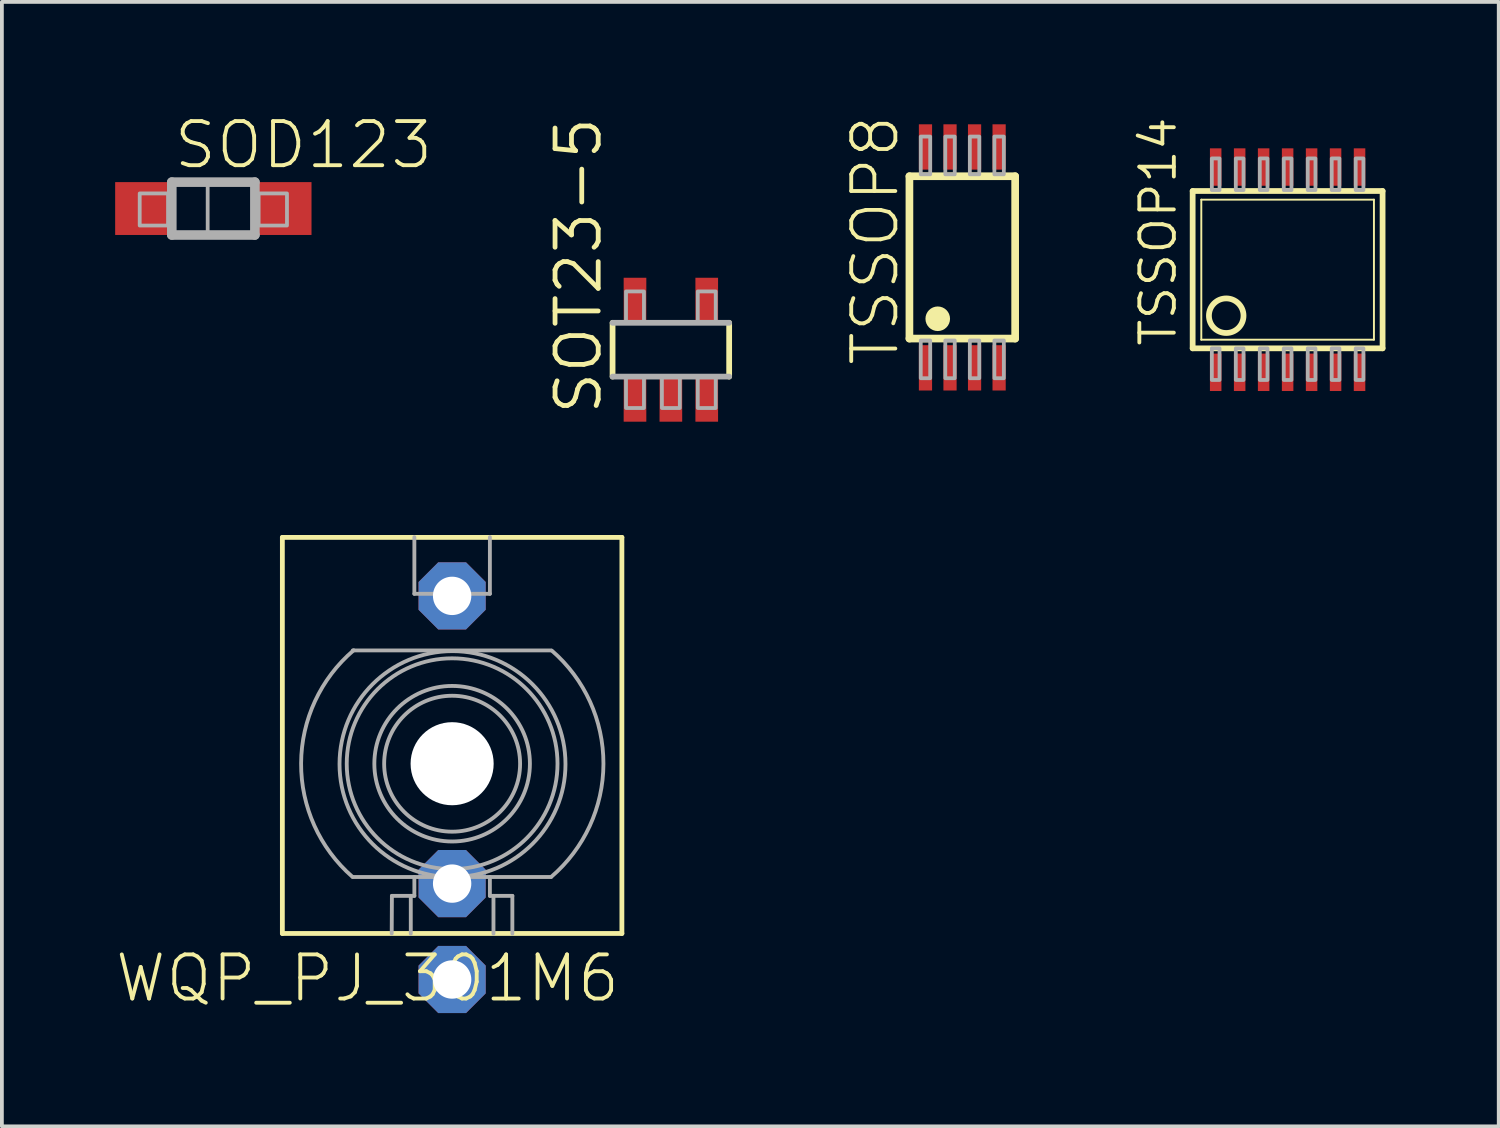
<source format=kicad_pcb>
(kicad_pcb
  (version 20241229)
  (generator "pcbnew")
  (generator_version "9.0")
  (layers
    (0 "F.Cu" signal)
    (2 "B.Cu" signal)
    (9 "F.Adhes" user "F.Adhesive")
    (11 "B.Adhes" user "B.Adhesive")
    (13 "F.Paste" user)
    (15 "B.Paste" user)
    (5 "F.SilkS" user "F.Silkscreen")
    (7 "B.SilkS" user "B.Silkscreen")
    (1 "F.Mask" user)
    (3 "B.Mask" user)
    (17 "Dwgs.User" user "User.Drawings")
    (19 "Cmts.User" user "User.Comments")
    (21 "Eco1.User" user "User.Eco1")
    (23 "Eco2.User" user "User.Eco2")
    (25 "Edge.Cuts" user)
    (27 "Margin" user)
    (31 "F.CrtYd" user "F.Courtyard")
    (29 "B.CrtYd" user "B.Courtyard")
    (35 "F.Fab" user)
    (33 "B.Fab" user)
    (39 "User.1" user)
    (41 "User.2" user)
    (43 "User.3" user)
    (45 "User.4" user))
  (footprint "TSSOP8"
    (layer "F.Cu")
    (at 22.435 3.767)
    (property "Reference" "TSSOP8" (at -1.625 2.925 90) (layer "F.SilkS") (effects (font (size 1.168 1.168) (thickness 0.102)) (justify left bottom)))
    (fp_line (start -1.4 -2.15) (end -1.4 2.15) (stroke (width 0.203) (type solid)) (layer "F.SilkS"))
    (fp_line (start -1.4 2.15) (end 1.4 2.15) (stroke (width 0.203) (type solid)) (layer "F.SilkS"))
    (fp_line (start 1.4 -2.15) (end -1.4 -2.15) (stroke (width 0.203) (type solid)) (layer "F.SilkS"))
    (fp_line (start 1.4 2.15) (end 1.4 -2.15) (stroke (width 0.203) (type solid)) (layer "F.SilkS"))
    (fp_circle (center -0.65 1.625) (end -0.487 1.625) (stroke (width 0.325) (type solid)) (fill yes) (layer "F.SilkS"))
    (fp_poly (pts (xy -1.1 -2.2) (xy -0.85 -2.2) (xy -0.85 -3.2) (xy -1.1 -3.2)) (stroke (width 0.1) (type solid)) (fill no) (layer "F.Fab"))
    (fp_poly (pts (xy -1.1 3.2) (xy -0.85 3.2) (xy -0.85 2.2) (xy -1.1 2.2)) (stroke (width 0.1) (type solid)) (fill no) (layer "F.Fab"))
    (fp_poly (pts (xy -0.45 -2.2) (xy -0.2 -2.2) (xy -0.2 -3.2) (xy -0.45 -3.2)) (stroke (width 0.1) (type solid)) (fill no) (layer "F.Fab"))
    (fp_poly (pts (xy -0.45 3.2) (xy -0.2 3.2) (xy -0.2 2.2) (xy -0.45 2.2)) (stroke (width 0.1) (type solid)) (fill no) (layer "F.Fab"))
    (fp_poly (pts (xy 0.2 -2.2) (xy 0.45 -2.2) (xy 0.45 -3.2) (xy 0.2 -3.2)) (stroke (width 0.1) (type solid)) (fill no) (layer "F.Fab"))
    (fp_poly (pts (xy 0.2 3.2) (xy 0.45 3.2) (xy 0.45 2.2) (xy 0.2 2.2)) (stroke (width 0.1) (type solid)) (fill no) (layer "F.Fab"))
    (fp_poly (pts (xy 0.85 -2.2) (xy 1.1 -2.2) (xy 1.1 -3.2) (xy 0.85 -3.2)) (stroke (width 0.1) (type solid)) (fill no) (layer "F.Fab"))
    (fp_poly (pts (xy 0.85 3.2) (xy 1.1 3.2) (xy 1.1 2.2) (xy 0.85 2.2)) (stroke (width 0.1) (type solid)) (fill no) (layer "F.Fab"))
    (pad "1" smd rect (at -0.975 2.925) (size 0.35 1.2) (layers "F.Cu" "F.Mask" "F.Paste"))
    (pad "2" smd rect (at -0.325 2.925) (size 0.35 1.2) (layers "F.Cu" "F.Mask" "F.Paste"))
    (pad "3" smd rect (at 0.325 2.925) (size 0.35 1.2) (layers "F.Cu" "F.Mask" "F.Paste"))
    (pad "4" smd rect (at 0.975 2.925) (size 0.35 1.2) (layers "F.Cu" "F.Mask" "F.Paste"))
    (pad "5" smd rect (at 0.975 -2.925) (size 0.35 1.2) (layers "F.Cu" "F.Mask" "F.Paste"))
    (pad "6" smd rect (at 0.325 -2.925) (size 0.35 1.2) (layers "F.Cu" "F.Mask" "F.Paste"))
    (pad "7" smd rect (at -0.325 -2.925) (size 0.35 1.2) (layers "F.Cu" "F.Mask" "F.Paste"))
    (pad "8" smd rect (at -0.975 -2.925) (size 0.35 1.2) (layers "F.Cu" "F.Mask" "F.Paste")))
  (footprint "SOD123"
    (layer "F.Cu")
    (at 2.6 2.473)
    (property "Reference" "SOD123" (at -1.1 -1 0) (layer "F.SilkS") (effects (font (size 1.168 1.168) (thickness 0.102)) (justify left bottom)))
    (fp_line (start -1.1 -0.7) (end 1.1 -0.7) (stroke (width 0.254) (type solid)) (layer "F.Fab"))
    (fp_line (start -1.1 0.7) (end -1.1 -0.7) (stroke (width 0.254) (type solid)) (layer "F.Fab"))
    (fp_line (start 1.1 -0.7) (end 1.1 0.7) (stroke (width 0.254) (type solid)) (layer "F.Fab"))
    (fp_line (start 1.1 0.7) (end -1.1 0.7) (stroke (width 0.254) (type solid)) (layer "F.Fab"))
    (fp_poly (pts (xy -1.95 0.45) (xy -1.2 0.45) (xy -1.2 -0.4) (xy -1.95 -0.4)) (stroke (width 0.1) (type solid)) (fill no) (layer "F.Fab"))
    (fp_poly (pts (xy -1.05 0.65) (xy -0.15 0.65) (xy -0.15 -0.7) (xy -1.05 -0.7)) (stroke (width 0.1) (type solid)) (fill no) (layer "F.Fab"))
    (fp_poly (pts (xy 1.2 0.45) (xy 1.95 0.45) (xy 1.95 -0.4) (xy 1.2 -0.4)) (stroke (width 0.1) (type solid)) (fill no) (layer "F.Fab"))
    (pad "A" smd rect (at 1.9 0) (size 1.4 1.4) (layers "F.Cu" "F.Mask" "F.Paste"))
    (pad "C" smd rect (at -1.9 0) (size 1.4 1.4) (layers "F.Cu" "F.Mask" "F.Paste")))
  (footprint "WQP_PJ_301M6"
    (layer "F.Cu")
    (at 8.924 17.176)
    (property "Reference" "WQP_PJ_301M6" (at 4.5 5 0) (layer "F.SilkS") (effects (font (size 1.168 1.168) (thickness 0.102)) (justify right top)))
    (fp_line (start -4.496 -5.994) (end 4.496 -5.994) (stroke (width 0.127) (type solid)) (layer "F.SilkS"))
    (fp_line (start -4.496 4.496) (end -4.496 -5.994) (stroke (width 0.127) (type solid)) (layer "F.SilkS"))
    (fp_line (start 4.496 -5.994) (end 4.496 4.496) (stroke (width 0.127) (type solid)) (layer "F.SilkS"))
    (fp_line (start 4.496 4.496) (end -4.496 4.496) (stroke (width 0.127) (type solid)) (layer "F.SilkS"))
    (fp_line (start -2.631 -3) (end 2.62 -3) (stroke (width 0.102) (type solid)) (layer "F.Fab"))
    (fp_line (start -2.631 3) (end 2.62 3) (stroke (width 0.102) (type solid)) (layer "F.Fab"))
    (fp_line (start -1.6 4.496) (end -1.595 3.5) (stroke (width 0.102) (type solid)) (layer "F.Fab"))
    (fp_line (start -1.595 3.5) (end -1.095 3.5) (stroke (width 0.102) (type solid)) (layer "F.Fab"))
    (fp_line (start -1.095 3.5) (end -1.095 4.5) (stroke (width 0.102) (type solid)) (layer "F.Fab"))
    (fp_line (start -1.095 3.5) (end -1 3.5) (stroke (width 0.102) (type solid)) (layer "F.Fab"))
    (fp_line (start -1 -4.5) (end -1 -6) (stroke (width 0.102) (type solid)) (layer "F.Fab"))
    (fp_line (start -1 0) (end 1 0) (stroke (width 0.102) (type solid)) (layer "F.Fab"))
    (fp_line (start -1 3.5) (end -1 3) (stroke (width 0.102) (type solid)) (layer "F.Fab"))
    (fp_line (start 0 -1) (end 0 1) (stroke (width 0.102) (type solid)) (layer "F.Fab"))
    (fp_line (start 1 -6) (end 1 -4.5) (stroke (width 0.102) (type solid)) (layer "F.Fab"))
    (fp_line (start 1 -4.5) (end -1 -4.5) (stroke (width 0.102) (type solid)) (layer "F.Fab"))
    (fp_line (start 1 3) (end 1 3.5) (stroke (width 0.102) (type solid)) (layer "F.Fab"))
    (fp_line (start 1 3.5) (end 1.095 3.5) (stroke (width 0.102) (type solid)) (layer "F.Fab"))
    (fp_line (start 1.095 3.5) (end 1.095 4.5) (stroke (width 0.102) (type solid)) (layer "F.Fab"))
    (fp_line (start 1.095 3.5) (end 1.595 3.5) (stroke (width 0.102) (type solid)) (layer "F.Fab"))
    (fp_line (start 1.595 3.5) (end 1.595 4.5) (stroke (width 0.102) (type solid)) (layer "F.Fab"))
    (fp_arc (start -2.641998 2.994) (mid -3.999529 -0.012791) (end -2.608 -3.004) (stroke (width 0.1016) (type solid)) (layer "F.Fab"))
    (fp_arc (start 2.642 -2.994) (mid 4.007235 0.003208) (end 2.628 2.994) (stroke (width 0.1016) (type solid)) (layer "F.Fab"))
    (fp_circle (center 0 0) (end 1.8 0) (stroke (width 0.102) (type solid)) (fill no) (layer "F.Fab"))
    (fp_circle (center 0 0) (end 2.06 0) (stroke (width 0.102) (type solid)) (fill no) (layer "F.Fab"))
    (fp_circle (center 0 0) (end 2.791 0) (stroke (width 0.102) (type solid)) (fill no) (layer "F.Fab"))
    (fp_circle (center 0.01 0.01) (end 3.002 0.01) (stroke (width 0.102) (type solid)) (fill no) (layer "F.Fab"))
    (pad "" np_thru_hole circle (at 0 0) (size 2.2 2.2) (drill 2.2) (layers "*.Cu" "*.Mask"))
    (pad "P1" thru_hole roundrect (at 0 5.715) (size 1.778 1.778) (drill 1.016) (layers "*.Cu" "*.Mask") (roundrect_rratio 0.25) (chamfer_ratio 0.293) (chamfer top_left top_right bottom_left bottom_right))
    (pad "P2" thru_hole roundrect (at 0 3.175) (size 1.778 1.778) (drill 1.016) (layers "*.Cu" "*.Mask") (roundrect_rratio 0.25) (chamfer_ratio 0.293) (chamfer top_left top_right bottom_left bottom_right))
    (pad "P3" thru_hole roundrect (at 0 -4.445) (size 1.778 1.778) (drill 1.016) (layers "*.Cu" "*.Mask") (roundrect_rratio 0.25) (chamfer_ratio 0.293) (chamfer top_left top_right bottom_left bottom_right)))
  (footprint "SOT23-5"
    (layer "F.Cu")
    (at 14.717 6.212)
    (property "Reference" "SOT23-5" (at -1.778 1.778 90) (layer "F.SilkS") (effects (font (size 1.143 1.143) (thickness 0.127)) (justify left bottom)))
    (fp_line (start -1.544 0.712) (end -1.544 -0.713) (stroke (width 0.152) (type solid)) (layer "F.SilkS"))
    (fp_line (start 1.544 -0.713) (end 1.544 0.712) (stroke (width 0.152) (type solid)) (layer "F.SilkS"))
    (fp_line (start -1.544 -0.713) (end 1.544 -0.713) (stroke (width 0.152) (type solid)) (layer "F.Fab"))
    (fp_line (start 1.544 0.712) (end -1.544 0.712) (stroke (width 0.152) (type solid)) (layer "F.Fab"))
    (fp_poly (pts (xy -1.188 -0.713) (xy -0.713 -0.713) (xy -0.713 -1.544) (xy -1.188 -1.544)) (stroke (width 0.1) (type solid)) (fill no) (layer "F.Fab"))
    (fp_poly (pts (xy -1.188 1.544) (xy -0.713 1.544) (xy -0.713 0.712) (xy -1.188 0.712)) (stroke (width 0.1) (type solid)) (fill no) (layer "F.Fab"))
    (fp_poly (pts (xy -0.237 1.544) (xy 0.237 1.544) (xy 0.237 0.712) (xy -0.237 0.712)) (stroke (width 0.1) (type solid)) (fill no) (layer "F.Fab"))
    (fp_poly (pts (xy 0.713 -0.713) (xy 1.188 -0.713) (xy 1.188 -1.544) (xy 0.713 -1.544)) (stroke (width 0.1) (type solid)) (fill no) (layer "F.Fab"))
    (fp_poly (pts (xy 0.713 1.544) (xy 1.188 1.544) (xy 1.188 0.712) (xy 0.713 0.712)) (stroke (width 0.1) (type solid)) (fill no) (layer "F.Fab"))
    (pad "1" smd rect (at -0.95 1.306) (size 0.6 1.2) (layers "F.Cu" "F.Mask" "F.Paste"))
    (pad "2" smd rect (at 0 1.306) (size 0.6 1.2) (layers "F.Cu" "F.Mask" "F.Paste"))
    (pad "3" smd rect (at 0.95 1.306) (size 0.6 1.2) (layers "F.Cu" "F.Mask" "F.Paste"))
    (pad "4" smd rect (at 0.95 -1.306) (size 0.6 1.2) (layers "F.Cu" "F.Mask" "F.Paste"))
    (pad "5" smd rect (at -0.95 -1.306) (size 0.6 1.2) (layers "F.Cu" "F.Mask" "F.Paste")))
  (footprint "TSSOP14"
    (layer "F.Cu")
    (at 31.051 4.092)
    (property "Reference" "TSSOP14" (at -2.896 2.083 90) (layer "F.SilkS") (effects (font (size 0.914 0.914) (thickness 0.102)) (justify left bottom)))
    (fp_line (start -2.515 2.083) (end -2.515 -2.083) (stroke (width 0.152) (type solid)) (layer "F.SilkS"))
    (fp_line (start -2.515 2.083) (end 2.515 2.083) (stroke (width 0.152) (type solid)) (layer "F.SilkS"))
    (fp_line (start -2.286 1.854) (end -2.286 -1.854) (stroke (width 0.051) (type solid)) (layer "F.SilkS"))
    (fp_line (start -2.286 1.854) (end 2.286 1.854) (stroke (width 0.051) (type solid)) (layer "F.SilkS"))
    (fp_line (start 2.286 -1.854) (end -2.286 -1.854) (stroke (width 0.051) (type solid)) (layer "F.SilkS"))
    (fp_line (start 2.286 -1.854) (end 2.286 1.854) (stroke (width 0.051) (type solid)) (layer "F.SilkS"))
    (fp_line (start 2.515 -2.083) (end -2.515 -2.083) (stroke (width 0.152) (type solid)) (layer "F.SilkS"))
    (fp_line (start 2.515 -2.083) (end 2.515 2.083) (stroke (width 0.152) (type solid)) (layer "F.SilkS"))
    (fp_circle (center -1.626 1.219) (end -1.168 1.219) (stroke (width 0.152) (type solid)) (fill no) (layer "F.SilkS"))
    (fp_poly (pts (xy -2.007 -2.108) (xy -1.803 -2.108) (xy -1.803 -2.946) (xy -2.007 -2.946)) (stroke (width 0.1) (type solid)) (fill no) (layer "F.Fab"))
    (fp_poly (pts (xy -2.007 2.921) (xy -1.803 2.921) (xy -1.803 2.083) (xy -2.007 2.083)) (stroke (width 0.1) (type solid)) (fill no) (layer "F.Fab"))
    (fp_poly (pts (xy -1.372 -2.108) (xy -1.168 -2.108) (xy -1.168 -2.946) (xy -1.372 -2.946)) (stroke (width 0.1) (type solid)) (fill no) (layer "F.Fab"))
    (fp_poly (pts (xy -1.372 2.921) (xy -1.168 2.921) (xy -1.168 2.083) (xy -1.372 2.083)) (stroke (width 0.1) (type solid)) (fill no) (layer "F.Fab"))
    (fp_poly (pts (xy -0.737 -2.108) (xy -0.533 -2.108) (xy -0.533 -2.946) (xy -0.737 -2.946)) (stroke (width 0.1) (type solid)) (fill no) (layer "F.Fab"))
    (fp_poly (pts (xy -0.737 2.921) (xy -0.533 2.921) (xy -0.533 2.083) (xy -0.737 2.083)) (stroke (width 0.1) (type solid)) (fill no) (layer "F.Fab"))
    (fp_poly (pts (xy -0.102 -2.108) (xy 0.102 -2.108) (xy 0.102 -2.946) (xy -0.102 -2.946)) (stroke (width 0.1) (type solid)) (fill no) (layer "F.Fab"))
    (fp_poly (pts (xy -0.102 2.921) (xy 0.102 2.921) (xy 0.102 2.083) (xy -0.102 2.083)) (stroke (width 0.1) (type solid)) (fill no) (layer "F.Fab"))
    (fp_poly (pts (xy 0.533 -2.108) (xy 0.737 -2.108) (xy 0.737 -2.946) (xy 0.533 -2.946)) (stroke (width 0.1) (type solid)) (fill no) (layer "F.Fab"))
    (fp_poly (pts (xy 0.533 2.921) (xy 0.737 2.921) (xy 0.737 2.083) (xy 0.533 2.083)) (stroke (width 0.1) (type solid)) (fill no) (layer "F.Fab"))
    (fp_poly (pts (xy 1.168 -2.108) (xy 1.372 -2.108) (xy 1.372 -2.946) (xy 1.168 -2.946)) (stroke (width 0.1) (type solid)) (fill no) (layer "F.Fab"))
    (fp_poly (pts (xy 1.168 2.921) (xy 1.372 2.921) (xy 1.372 2.083) (xy 1.168 2.083)) (stroke (width 0.1) (type solid)) (fill no) (layer "F.Fab"))
    (fp_poly (pts (xy 1.803 -2.108) (xy 2.007 -2.108) (xy 2.007 -2.946) (xy 1.803 -2.946)) (stroke (width 0.1) (type solid)) (fill no) (layer "F.Fab"))
    (fp_poly (pts (xy 1.803 2.921) (xy 2.007 2.921) (xy 2.007 2.083) (xy 1.803 2.083)) (stroke (width 0.1) (type solid)) (fill no) (layer "F.Fab"))
    (pad "1" smd rect (at -1.905 2.718) (size 0.305 0.991) (layers "F.Cu" "F.Mask" "F.Paste"))
    (pad "2" smd rect (at -1.27 2.718) (size 0.305 0.991) (layers "F.Cu" "F.Mask" "F.Paste"))
    (pad "3" smd rect (at -0.635 2.718) (size 0.305 0.991) (layers "F.Cu" "F.Mask" "F.Paste"))
    (pad "4" smd rect (at 0 2.718) (size 0.305 0.991) (layers "F.Cu" "F.Mask" "F.Paste"))
    (pad "5" smd rect (at 0.635 2.718) (size 0.305 0.991) (layers "F.Cu" "F.Mask" "F.Paste"))
    (pad "6" smd rect (at 1.27 2.718) (size 0.305 0.991) (layers "F.Cu" "F.Mask" "F.Paste"))
    (pad "7" smd rect (at 1.905 2.718) (size 0.305 0.991) (layers "F.Cu" "F.Mask" "F.Paste"))
    (pad "8" smd rect (at 1.905 -2.718) (size 0.305 0.991) (layers "F.Cu" "F.Mask" "F.Paste"))
    (pad "9" smd rect (at 1.27 -2.718) (size 0.305 0.991) (layers "F.Cu" "F.Mask" "F.Paste"))
    (pad "10" smd rect (at 0.635 -2.718) (size 0.305 0.991) (layers "F.Cu" "F.Mask" "F.Paste"))
    (pad "11" smd rect (at 0 -2.718) (size 0.305 0.991) (layers "F.Cu" "F.Mask" "F.Paste"))
    (pad "12" smd rect (at -0.635 -2.718) (size 0.305 0.991) (layers "F.Cu" "F.Mask" "F.Paste"))
    (pad "13" smd rect (at -1.27 -2.718) (size 0.305 0.991) (layers "F.Cu" "F.Mask" "F.Paste"))
    (pad "14" smd rect (at -1.905 -2.718) (size 0.305 0.991) (layers "F.Cu" "F.Mask" "F.Paste")))
  (gr_rect
    (start -3 -3)
    (end 36.642 26.78)
    (stroke (width 0.1) (type default))
    (fill no)
    (layer "Edge.Cuts")))
</source>
